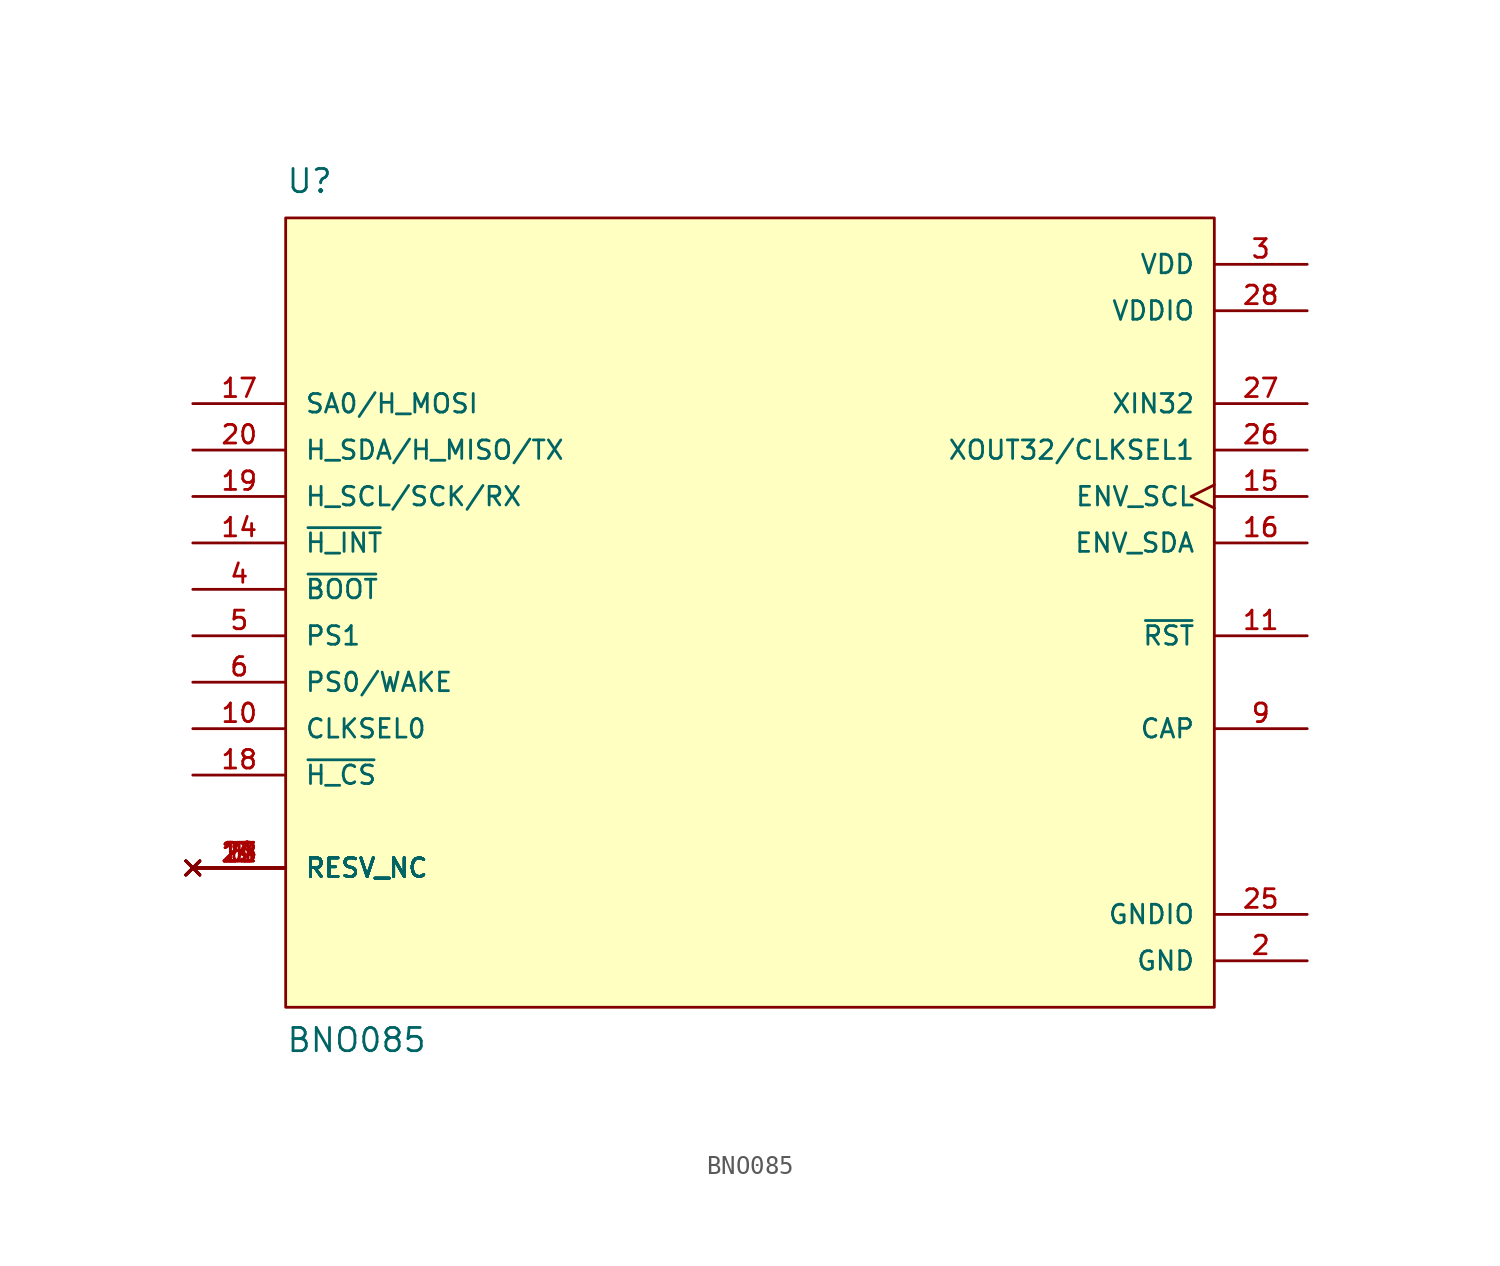
<source format=kicad_sym>
(kicad_symbol_lib
  (version 20211014)
  (generator kicad_symbol_editor)
  (symbol "BNO085"
    (pin_names
      (offset 1.016))
    (property "Reference" "U"
      (at -25.4 21.59 0)
      (effects (font (size 1.27 1.27)) (justify bottom left)))
    (property "Value" "BNO085"
      (at -25.4 -25.4 0)
      (effects (font (size 1.27 1.27)) (justify bottom left)))
    (symbol "BNO085_0_0"
      (rectangle (start -25.4 -22.86) (end 25.4 20.32) (stroke (width 0.152)) (fill (type background)))
      (pin power_in line (at 30.48 -20.32 180.0) (length 5.08) (name "GND" (effects (font (size 1.016 1.016)))) (number "2" (effects (font (size 1.016 1.016)))))
      (pin input line (at 30.48 -2.54 180.0) (length 5.08) (name "~{RST}" (effects (font (size 1.016 1.016)))) (number "11" (effects (font (size 1.016 1.016)))))
      (pin passive line (at 30.48 -7.62 180.0) (length 5.08) (name "CAP" (effects (font (size 1.016 1.016)))) (number "9" (effects (font (size 1.016 1.016)))))
      (pin power_in line (at 30.48 17.78 180.0) (length 5.08) (name "VDD" (effects (font (size 1.016 1.016)))) (number "3" (effects (font (size 1.016 1.016)))))
      (pin input line (at 30.48 10.16 180.0) (length 5.08) (name "XIN32" (effects (font (size 1.016 1.016)))) (number "27" (effects (font (size 1.016 1.016)))))
      (pin output line (at 30.48 7.62 180.0) (length 5.08) (name "XOUT32/CLKSEL1" (effects (font (size 1.016 1.016)))) (number "26" (effects (font (size 1.016 1.016)))))
      (pin bidirectional line (at 30.48 2.54 180.0) (length 5.08) (name "ENV_SDA" (effects (font (size 1.016 1.016)))) (number "16" (effects (font (size 1.016 1.016)))))
      (pin bidirectional clock (at 30.48 5.08 180.0) (length 5.08) (name "ENV_SCL" (effects (font (size 1.016 1.016)))) (number "15" (effects (font (size 1.016 1.016)))))
      (pin input line (at -30.48 0.0 0) (length 5.08) (name "~{BOOT}" (effects (font (size 1.016 1.016)))) (number "4" (effects (font (size 1.016 1.016)))))
      (pin output line (at -30.48 2.54 0) (length 5.08) (name "~{H_INT}" (effects (font (size 1.016 1.016)))) (number "14" (effects (font (size 1.016 1.016)))))
      (pin bidirectional line (at -30.48 5.08 0) (length 5.08) (name "H_SCL/SCK/RX" (effects (font (size 1.016 1.016)))) (number "19" (effects (font (size 1.016 1.016)))))
      (pin bidirectional line (at -30.48 7.62 0) (length 5.08) (name "H_SDA/H_MISO/TX" (effects (font (size 1.016 1.016)))) (number "20" (effects (font (size 1.016 1.016)))))
      (pin input line (at -30.48 10.16 0) (length 5.08) (name "SA0/H_MOSI" (effects (font (size 1.016 1.016)))) (number "17" (effects (font (size 1.016 1.016)))))
      (pin power_in line (at 30.48 15.24 180.0) (length 5.08) (name "VDDIO" (effects (font (size 1.016 1.016)))) (number "28" (effects (font (size 1.016 1.016)))))
      (pin power_in line (at 30.48 -17.78 180.0) (length 5.08) (name "GNDIO" (effects (font (size 1.016 1.016)))) (number "25" (effects (font (size 1.016 1.016)))))
      (pin input line (at -30.48 -10.16 0) (length 5.08) (name "~{H_CS}" (effects (font (size 1.016 1.016)))) (number "18" (effects (font (size 1.016 1.016)))))
      (pin input line (at -30.48 -7.62 0) (length 5.08) (name "CLKSEL0" (effects (font (size 1.016 1.016)))) (number "10" (effects (font (size 1.016 1.016)))))
      (pin input line (at -30.48 -5.08 0) (length 5.08) (name "PS0/WAKE" (effects (font (size 1.016 1.016)))) (number "6" (effects (font (size 1.016 1.016)))))
      (pin input line (at -30.48 -2.54 0) (length 5.08) (name "PS1" (effects (font (size 1.016 1.016)))) (number "5" (effects (font (size 1.016 1.016)))))
      (pin no_connect line (at -30.48 -15.24 0) (length 5.08) (name "RESV_NC" (effects (font (size 1.016 1.016)))) (number "1" (effects (font (size 1.016 1.016)))))
      (pin no_connect line (at -30.48 -15.24 0) (length 5.08) (name "RESV_NC" (effects (font (size 1.016 1.016)))) (number "7" (effects (font (size 1.016 1.016)))))
      (pin no_connect line (at -30.48 -15.24 0) (length 5.08) (name "RESV_NC" (effects (font (size 1.016 1.016)))) (number "8" (effects (font (size 1.016 1.016)))))
      (pin no_connect line (at -30.48 -15.24 0) (length 5.08) (name "RESV_NC" (effects (font (size 1.016 1.016)))) (number "12" (effects (font (size 1.016 1.016)))))
      (pin no_connect line (at -30.48 -15.24 0) (length 5.08) (name "RESV_NC" (effects (font (size 1.016 1.016)))) (number "13" (effects (font (size 1.016 1.016)))))
      (pin no_connect line (at -30.48 -15.24 0) (length 5.08) (name "RESV_NC" (effects (font (size 1.016 1.016)))) (number "21" (effects (font (size 1.016 1.016)))))
      (pin no_connect line (at -30.48 -15.24 0) (length 5.08) (name "RESV_NC" (effects (font (size 1.016 1.016)))) (number "22" (effects (font (size 1.016 1.016)))))
      (pin no_connect line (at -30.48 -15.24 0) (length 5.08) (name "RESV_NC" (effects (font (size 1.016 1.016)))) (number "23" (effects (font (size 1.016 1.016)))))
      (pin no_connect line (at -30.48 -15.24 0) (length 5.08) (name "RESV_NC" (effects (font (size 1.016 1.016)))) (number "24" (effects (font (size 1.016 1.016))))))))
</source>
